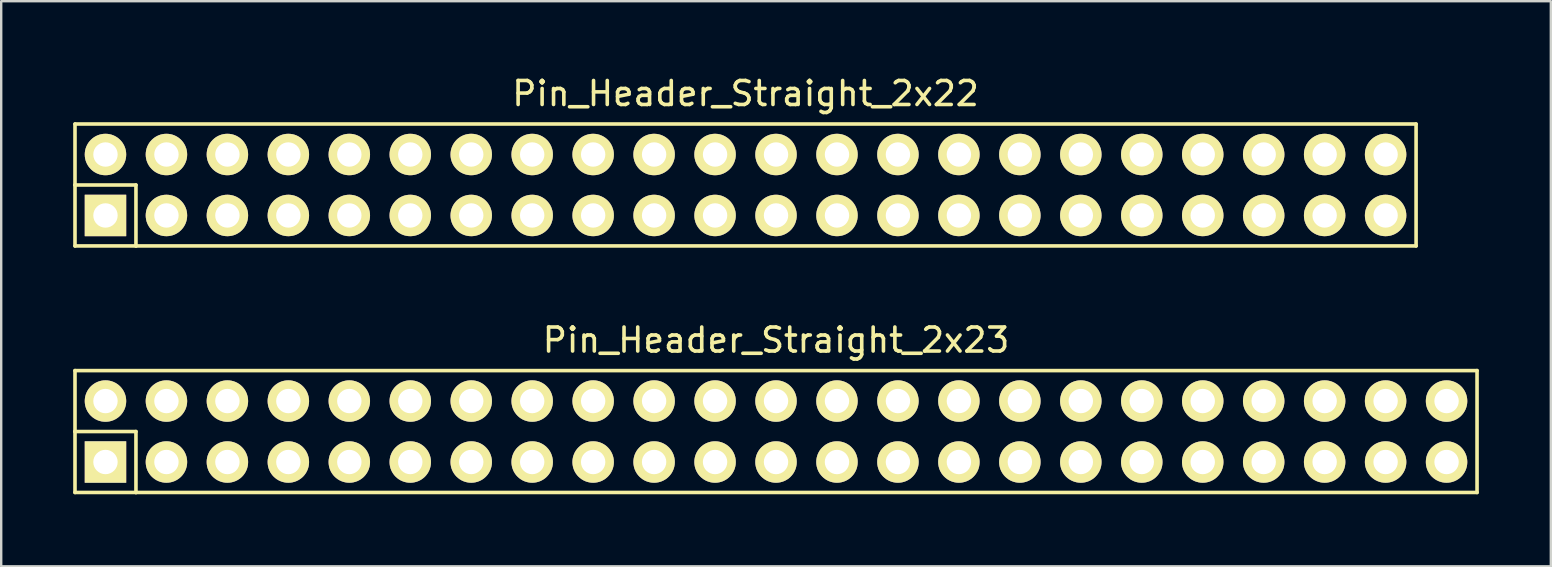
<source format=kicad_pcb>
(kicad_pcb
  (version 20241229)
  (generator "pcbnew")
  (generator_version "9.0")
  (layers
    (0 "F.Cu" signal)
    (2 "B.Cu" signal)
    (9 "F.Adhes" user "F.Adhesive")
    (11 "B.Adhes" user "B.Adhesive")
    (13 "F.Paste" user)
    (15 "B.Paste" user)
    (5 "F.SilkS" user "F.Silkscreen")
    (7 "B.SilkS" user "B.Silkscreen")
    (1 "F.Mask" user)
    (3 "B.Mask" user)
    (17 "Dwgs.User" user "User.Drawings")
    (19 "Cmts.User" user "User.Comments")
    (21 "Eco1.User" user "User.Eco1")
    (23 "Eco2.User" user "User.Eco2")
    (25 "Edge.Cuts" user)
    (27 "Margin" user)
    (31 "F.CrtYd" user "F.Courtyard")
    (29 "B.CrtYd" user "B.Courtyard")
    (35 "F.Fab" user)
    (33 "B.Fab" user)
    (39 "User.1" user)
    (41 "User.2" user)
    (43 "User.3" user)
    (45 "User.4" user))
  (footprint "Pin_Header_Straight_2x22"
    (layer "F.Cu")
    (at 28.015 4.658)
    (property "Reference" "Pin_Header_Straight_2x22" (at 0 -3.81 0) (layer "F.SilkS") (effects (font (size 1 1) (thickness 0.15))))
    (attr through_hole)
    (fp_line (start -27.94 -2.54) (end -27.94 0) (stroke (width 0.15) (type solid)) (layer "F.SilkS"))
    (fp_line (start -27.94 0) (end -25.4 0) (stroke (width 0.15) (type solid)) (layer "F.SilkS"))
    (fp_line (start -27.94 2.54) (end -27.94 0) (stroke (width 0.15) (type solid)) (layer "F.SilkS"))
    (fp_line (start -27.94 2.54) (end -25.4 2.54) (stroke (width 0.15) (type solid)) (layer "F.SilkS"))
    (fp_line (start -25.4 0) (end -25.4 2.54) (stroke (width 0.15) (type solid)) (layer "F.SilkS"))
    (fp_line (start -25.4 2.54) (end 27.94 2.54) (stroke (width 0.15) (type solid)) (layer "F.SilkS"))
    (fp_line (start 27.94 -2.54) (end -27.94 -2.54) (stroke (width 0.15) (type solid)) (layer "F.SilkS"))
    (fp_line (start 27.94 -2.54) (end 27.94 2.54) (stroke (width 0.15) (type solid)) (layer "F.SilkS"))
    (pad "1" thru_hole rect (at -26.67 1.27) (size 1.727 1.727) (drill 1.016) (layers "*.Cu" "*.Mask" "F.SilkS"))
    (pad "2" thru_hole oval (at -26.67 -1.27) (size 1.727 1.727) (drill 1.016) (layers "*.Cu" "*.Mask" "F.SilkS"))
    (pad "3" thru_hole oval (at -24.13 1.27) (size 1.727 1.727) (drill 1.016) (layers "*.Cu" "*.Mask" "F.SilkS"))
    (pad "4" thru_hole oval (at -24.13 -1.27) (size 1.727 1.727) (drill 1.016) (layers "*.Cu" "*.Mask" "F.SilkS"))
    (pad "5" thru_hole oval (at -21.59 1.27) (size 1.727 1.727) (drill 1.016) (layers "*.Cu" "*.Mask" "F.SilkS"))
    (pad "6" thru_hole oval (at -21.59 -1.27) (size 1.727 1.727) (drill 1.016) (layers "*.Cu" "*.Mask" "F.SilkS"))
    (pad "7" thru_hole oval (at -19.05 1.27) (size 1.727 1.727) (drill 1.016) (layers "*.Cu" "*.Mask" "F.SilkS"))
    (pad "8" thru_hole oval (at -19.05 -1.27) (size 1.727 1.727) (drill 1.016) (layers "*.Cu" "*.Mask" "F.SilkS"))
    (pad "9" thru_hole oval (at -16.51 1.27) (size 1.727 1.727) (drill 1.016) (layers "*.Cu" "*.Mask" "F.SilkS"))
    (pad "10" thru_hole oval (at -16.51 -1.27) (size 1.727 1.727) (drill 1.016) (layers "*.Cu" "*.Mask" "F.SilkS"))
    (pad "11" thru_hole oval (at -13.97 1.27) (size 1.727 1.727) (drill 1.016) (layers "*.Cu" "*.Mask" "F.SilkS"))
    (pad "12" thru_hole oval (at -13.97 -1.27) (size 1.727 1.727) (drill 1.016) (layers "*.Cu" "*.Mask" "F.SilkS"))
    (pad "13" thru_hole oval (at -11.43 1.27) (size 1.727 1.727) (drill 1.016) (layers "*.Cu" "*.Mask" "F.SilkS"))
    (pad "14" thru_hole oval (at -11.43 -1.27) (size 1.727 1.727) (drill 1.016) (layers "*.Cu" "*.Mask" "F.SilkS"))
    (pad "15" thru_hole oval (at -8.89 1.27) (size 1.727 1.727) (drill 1.016) (layers "*.Cu" "*.Mask" "F.SilkS"))
    (pad "16" thru_hole oval (at -8.89 -1.27) (size 1.727 1.727) (drill 1.016) (layers "*.Cu" "*.Mask" "F.SilkS"))
    (pad "17" thru_hole oval (at -6.35 1.27) (size 1.727 1.727) (drill 1.016) (layers "*.Cu" "*.Mask" "F.SilkS"))
    (pad "18" thru_hole oval (at -6.35 -1.27) (size 1.727 1.727) (drill 1.016) (layers "*.Cu" "*.Mask" "F.SilkS"))
    (pad "19" thru_hole oval (at -3.81 1.27) (size 1.727 1.727) (drill 1.016) (layers "*.Cu" "*.Mask" "F.SilkS"))
    (pad "20" thru_hole oval (at -3.81 -1.27) (size 1.727 1.727) (drill 1.016) (layers "*.Cu" "*.Mask" "F.SilkS"))
    (pad "21" thru_hole oval (at -1.27 1.27) (size 1.727 1.727) (drill 1.016) (layers "*.Cu" "*.Mask" "F.SilkS"))
    (pad "22" thru_hole oval (at -1.27 -1.27) (size 1.727 1.727) (drill 1.016) (layers "*.Cu" "*.Mask" "F.SilkS"))
    (pad "23" thru_hole oval (at 1.27 1.27) (size 1.727 1.727) (drill 1.016) (layers "*.Cu" "*.Mask" "F.SilkS"))
    (pad "24" thru_hole oval (at 1.27 -1.27) (size 1.727 1.727) (drill 1.016) (layers "*.Cu" "*.Mask" "F.SilkS"))
    (pad "25" thru_hole oval (at 3.81 1.27) (size 1.727 1.727) (drill 1.016) (layers "*.Cu" "*.Mask" "F.SilkS"))
    (pad "26" thru_hole oval (at 3.81 -1.27) (size 1.727 1.727) (drill 1.016) (layers "*.Cu" "*.Mask" "F.SilkS"))
    (pad "27" thru_hole oval (at 6.35 1.27) (size 1.727 1.727) (drill 1.016) (layers "*.Cu" "*.Mask" "F.SilkS"))
    (pad "28" thru_hole oval (at 6.35 -1.27) (size 1.727 1.727) (drill 1.016) (layers "*.Cu" "*.Mask" "F.SilkS"))
    (pad "29" thru_hole oval (at 8.89 1.27) (size 1.727 1.727) (drill 1.016) (layers "*.Cu" "*.Mask" "F.SilkS"))
    (pad "30" thru_hole oval (at 8.89 -1.27) (size 1.727 1.727) (drill 1.016) (layers "*.Cu" "*.Mask" "F.SilkS"))
    (pad "31" thru_hole oval (at 11.43 1.27) (size 1.727 1.727) (drill 1.016) (layers "*.Cu" "*.Mask" "F.SilkS"))
    (pad "32" thru_hole oval (at 11.43 -1.27) (size 1.727 1.727) (drill 1.016) (layers "*.Cu" "*.Mask" "F.SilkS"))
    (pad "33" thru_hole oval (at 13.97 1.27) (size 1.727 1.727) (drill 1.016) (layers "*.Cu" "*.Mask" "F.SilkS"))
    (pad "34" thru_hole oval (at 13.97 -1.27) (size 1.727 1.727) (drill 1.016) (layers "*.Cu" "*.Mask" "F.SilkS"))
    (pad "35" thru_hole oval (at 16.51 1.27) (size 1.727 1.727) (drill 1.016) (layers "*.Cu" "*.Mask" "F.SilkS"))
    (pad "36" thru_hole oval (at 16.51 -1.27) (size 1.727 1.727) (drill 1.016) (layers "*.Cu" "*.Mask" "F.SilkS"))
    (pad "37" thru_hole oval (at 19.05 1.27) (size 1.727 1.727) (drill 1.016) (layers "*.Cu" "*.Mask" "F.SilkS"))
    (pad "38" thru_hole oval (at 19.05 -1.27) (size 1.727 1.727) (drill 1.016) (layers "*.Cu" "*.Mask" "F.SilkS"))
    (pad "39" thru_hole oval (at 21.59 1.27) (size 1.727 1.727) (drill 1.016) (layers "*.Cu" "*.Mask" "F.SilkS"))
    (pad "40" thru_hole oval (at 21.59 -1.27) (size 1.727 1.727) (drill 1.016) (layers "*.Cu" "*.Mask" "F.SilkS"))
    (pad "41" thru_hole oval (at 24.13 1.27) (size 1.727 1.727) (drill 1.016) (layers "*.Cu" "*.Mask" "F.SilkS"))
    (pad "42" thru_hole oval (at 24.13 -1.27) (size 1.727 1.727) (drill 1.016) (layers "*.Cu" "*.Mask" "F.SilkS"))
    (pad "43" thru_hole oval (at 26.67 1.27) (size 1.727 1.727) (drill 1.016) (layers "*.Cu" "*.Mask" "F.SilkS"))
    (pad "44" thru_hole oval (at 26.67 -1.27) (size 1.727 1.727) (drill 1.016) (layers "*.Cu" "*.Mask" "F.SilkS")))
  (footprint "Pin_Header_Straight_2x23"
    (layer "F.Cu")
    (at 29.285 14.931)
    (property "Reference" "Pin_Header_Straight_2x23" (at 0 -3.81 0) (layer "F.SilkS") (effects (font (size 1 1) (thickness 0.15))))
    (attr through_hole)
    (fp_line (start -29.21 -2.54) (end -29.21 0) (stroke (width 0.15) (type solid)) (layer "F.SilkS"))
    (fp_line (start -29.21 0) (end -26.67 0) (stroke (width 0.15) (type solid)) (layer "F.SilkS"))
    (fp_line (start -29.21 2.54) (end -29.21 0) (stroke (width 0.15) (type solid)) (layer "F.SilkS"))
    (fp_line (start -29.21 2.54) (end -26.67 2.54) (stroke (width 0.15) (type solid)) (layer "F.SilkS"))
    (fp_line (start -26.67 0) (end -26.67 2.54) (stroke (width 0.15) (type solid)) (layer "F.SilkS"))
    (fp_line (start 29.21 -2.54) (end -29.21 -2.54) (stroke (width 0.15) (type solid)) (layer "F.SilkS"))
    (fp_line (start 29.21 -2.54) (end 29.21 2.54) (stroke (width 0.15) (type solid)) (layer "F.SilkS"))
    (fp_line (start 29.21 2.54) (end -26.67 2.54) (stroke (width 0.15) (type solid)) (layer "F.SilkS"))
    (pad "1" thru_hole rect (at -27.94 1.27) (size 1.727 1.727) (drill 1.016) (layers "*.Cu" "*.Mask" "F.SilkS"))
    (pad "2" thru_hole oval (at -27.94 -1.27) (size 1.727 1.727) (drill 1.016) (layers "*.Cu" "*.Mask" "F.SilkS"))
    (pad "3" thru_hole oval (at -25.4 1.27) (size 1.727 1.727) (drill 1.016) (layers "*.Cu" "*.Mask" "F.SilkS"))
    (pad "4" thru_hole oval (at -25.4 -1.27) (size 1.727 1.727) (drill 1.016) (layers "*.Cu" "*.Mask" "F.SilkS"))
    (pad "5" thru_hole oval (at -22.86 1.27) (size 1.727 1.727) (drill 1.016) (layers "*.Cu" "*.Mask" "F.SilkS"))
    (pad "6" thru_hole oval (at -22.86 -1.27) (size 1.727 1.727) (drill 1.016) (layers "*.Cu" "*.Mask" "F.SilkS"))
    (pad "7" thru_hole oval (at -20.32 1.27) (size 1.727 1.727) (drill 1.016) (layers "*.Cu" "*.Mask" "F.SilkS"))
    (pad "8" thru_hole oval (at -20.32 -1.27) (size 1.727 1.727) (drill 1.016) (layers "*.Cu" "*.Mask" "F.SilkS"))
    (pad "9" thru_hole oval (at -17.78 1.27) (size 1.727 1.727) (drill 1.016) (layers "*.Cu" "*.Mask" "F.SilkS"))
    (pad "10" thru_hole oval (at -17.78 -1.27) (size 1.727 1.727) (drill 1.016) (layers "*.Cu" "*.Mask" "F.SilkS"))
    (pad "11" thru_hole oval (at -15.24 1.27) (size 1.727 1.727) (drill 1.016) (layers "*.Cu" "*.Mask" "F.SilkS"))
    (pad "12" thru_hole oval (at -15.24 -1.27) (size 1.727 1.727) (drill 1.016) (layers "*.Cu" "*.Mask" "F.SilkS"))
    (pad "13" thru_hole oval (at -12.7 1.27) (size 1.727 1.727) (drill 1.016) (layers "*.Cu" "*.Mask" "F.SilkS"))
    (pad "14" thru_hole oval (at -12.7 -1.27) (size 1.727 1.727) (drill 1.016) (layers "*.Cu" "*.Mask" "F.SilkS"))
    (pad "15" thru_hole oval (at -10.16 1.27) (size 1.727 1.727) (drill 1.016) (layers "*.Cu" "*.Mask" "F.SilkS"))
    (pad "16" thru_hole oval (at -10.16 -1.27) (size 1.727 1.727) (drill 1.016) (layers "*.Cu" "*.Mask" "F.SilkS"))
    (pad "17" thru_hole oval (at -7.62 1.27) (size 1.727 1.727) (drill 1.016) (layers "*.Cu" "*.Mask" "F.SilkS"))
    (pad "18" thru_hole oval (at -7.62 -1.27) (size 1.727 1.727) (drill 1.016) (layers "*.Cu" "*.Mask" "F.SilkS"))
    (pad "19" thru_hole oval (at -5.08 1.27) (size 1.727 1.727) (drill 1.016) (layers "*.Cu" "*.Mask" "F.SilkS"))
    (pad "20" thru_hole oval (at -5.08 -1.27) (size 1.727 1.727) (drill 1.016) (layers "*.Cu" "*.Mask" "F.SilkS"))
    (pad "21" thru_hole oval (at -2.54 1.27) (size 1.727 1.727) (drill 1.016) (layers "*.Cu" "*.Mask" "F.SilkS"))
    (pad "22" thru_hole oval (at -2.54 -1.27) (size 1.727 1.727) (drill 1.016) (layers "*.Cu" "*.Mask" "F.SilkS"))
    (pad "23" thru_hole oval (at 0 1.27) (size 1.727 1.727) (drill 1.016) (layers "*.Cu" "*.Mask" "F.SilkS"))
    (pad "24" thru_hole oval (at 0 -1.27) (size 1.727 1.727) (drill 1.016) (layers "*.Cu" "*.Mask" "F.SilkS"))
    (pad "25" thru_hole oval (at 2.54 1.27) (size 1.727 1.727) (drill 1.016) (layers "*.Cu" "*.Mask" "F.SilkS"))
    (pad "26" thru_hole oval (at 2.54 -1.27) (size 1.727 1.727) (drill 1.016) (layers "*.Cu" "*.Mask" "F.SilkS"))
    (pad "27" thru_hole oval (at 5.08 1.27) (size 1.727 1.727) (drill 1.016) (layers "*.Cu" "*.Mask" "F.SilkS"))
    (pad "28" thru_hole oval (at 5.08 -1.27) (size 1.727 1.727) (drill 1.016) (layers "*.Cu" "*.Mask" "F.SilkS"))
    (pad "29" thru_hole oval (at 7.62 1.27) (size 1.727 1.727) (drill 1.016) (layers "*.Cu" "*.Mask" "F.SilkS"))
    (pad "30" thru_hole oval (at 7.62 -1.27) (size 1.727 1.727) (drill 1.016) (layers "*.Cu" "*.Mask" "F.SilkS"))
    (pad "31" thru_hole oval (at 10.16 1.27) (size 1.727 1.727) (drill 1.016) (layers "*.Cu" "*.Mask" "F.SilkS"))
    (pad "32" thru_hole oval (at 10.16 -1.27) (size 1.727 1.727) (drill 1.016) (layers "*.Cu" "*.Mask" "F.SilkS"))
    (pad "33" thru_hole oval (at 12.7 1.27) (size 1.727 1.727) (drill 1.016) (layers "*.Cu" "*.Mask" "F.SilkS"))
    (pad "34" thru_hole oval (at 12.7 -1.27) (size 1.727 1.727) (drill 1.016) (layers "*.Cu" "*.Mask" "F.SilkS"))
    (pad "35" thru_hole oval (at 15.24 1.27) (size 1.727 1.727) (drill 1.016) (layers "*.Cu" "*.Mask" "F.SilkS"))
    (pad "36" thru_hole oval (at 15.24 -1.27) (size 1.727 1.727) (drill 1.016) (layers "*.Cu" "*.Mask" "F.SilkS"))
    (pad "37" thru_hole oval (at 17.78 1.27) (size 1.727 1.727) (drill 1.016) (layers "*.Cu" "*.Mask" "F.SilkS"))
    (pad "38" thru_hole oval (at 17.78 -1.27) (size 1.727 1.727) (drill 1.016) (layers "*.Cu" "*.Mask" "F.SilkS"))
    (pad "39" thru_hole oval (at 20.32 1.27) (size 1.727 1.727) (drill 1.016) (layers "*.Cu" "*.Mask" "F.SilkS"))
    (pad "40" thru_hole oval (at 20.32 -1.27) (size 1.727 1.727) (drill 1.016) (layers "*.Cu" "*.Mask" "F.SilkS"))
    (pad "41" thru_hole oval (at 22.86 1.27) (size 1.727 1.727) (drill 1.016) (layers "*.Cu" "*.Mask" "F.SilkS"))
    (pad "42" thru_hole oval (at 22.86 -1.27) (size 1.727 1.727) (drill 1.016) (layers "*.Cu" "*.Mask" "F.SilkS"))
    (pad "43" thru_hole oval (at 25.4 1.27) (size 1.727 1.727) (drill 1.016) (layers "*.Cu" "*.Mask" "F.SilkS"))
    (pad "44" thru_hole oval (at 25.4 -1.27) (size 1.727 1.727) (drill 1.016) (layers "*.Cu" "*.Mask" "F.SilkS"))
    (pad "45" thru_hole oval (at 27.94 1.27) (size 1.727 1.727) (drill 1.016) (layers "*.Cu" "*.Mask" "F.SilkS"))
    (pad "46" thru_hole oval (at 27.94 -1.27) (size 1.727 1.727) (drill 1.016) (layers "*.Cu" "*.Mask" "F.SilkS")))
  (gr_rect
    (start -3 -3)
    (end 61.57 20.547)
    (stroke (width 0.1) (type default))
    (fill no)
    (layer "Edge.Cuts")))
</source>
